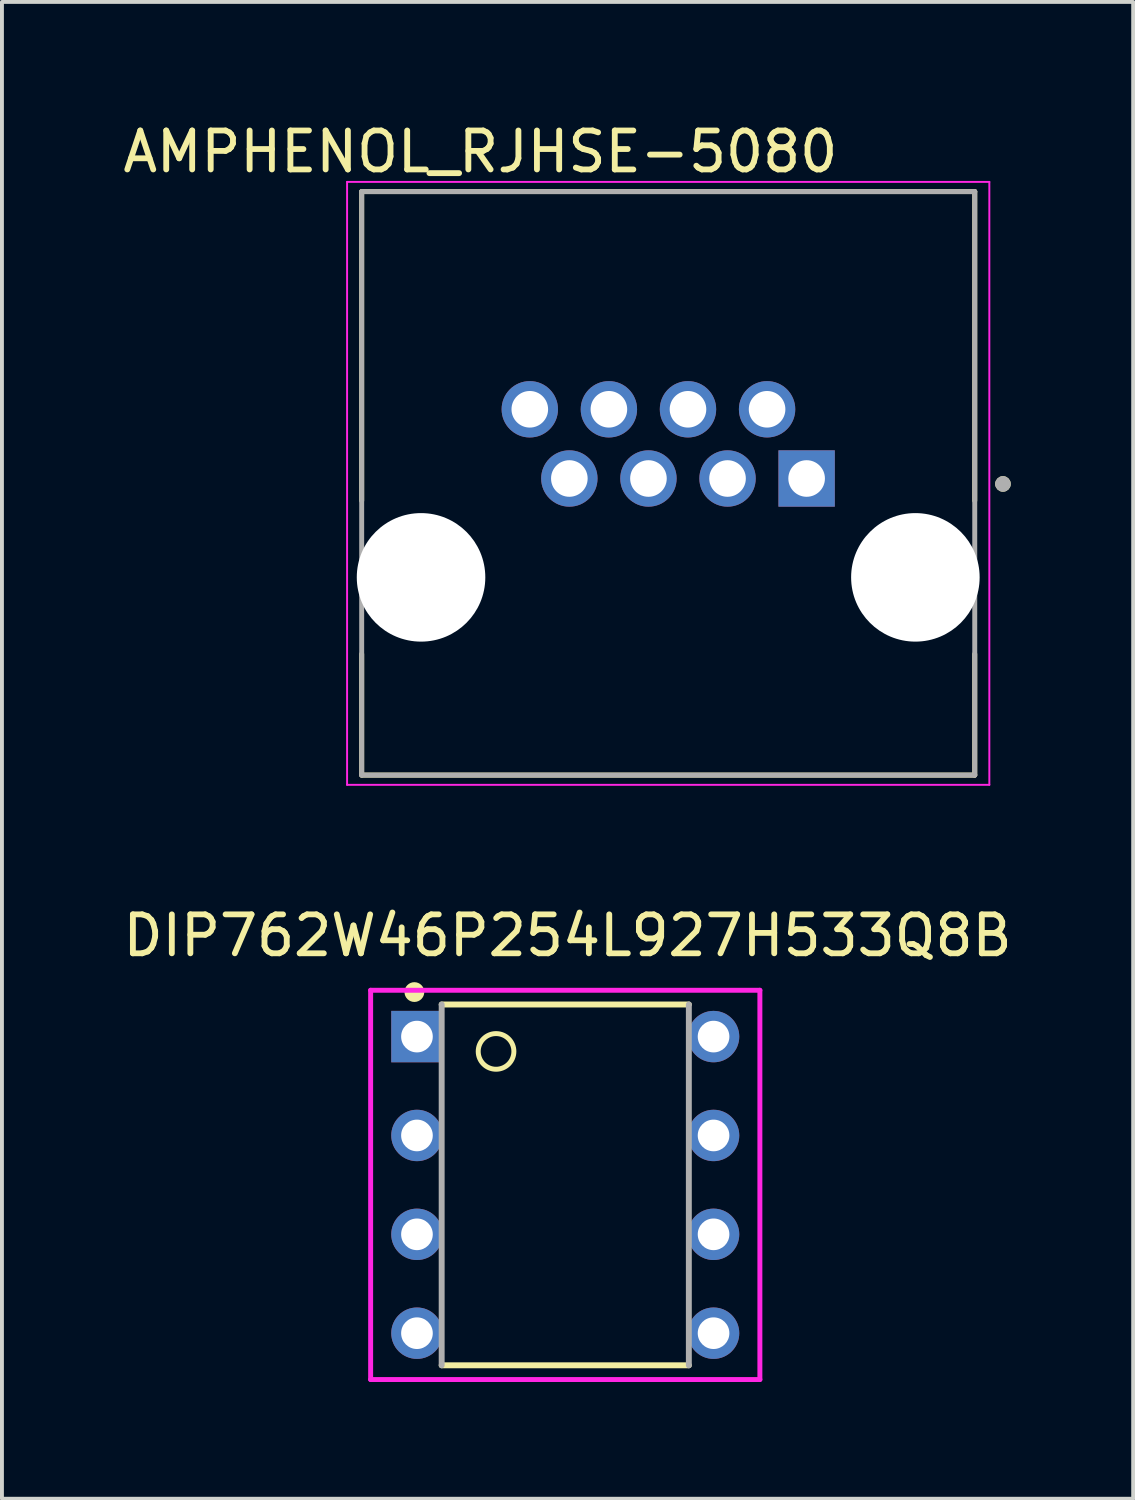
<source format=kicad_pcb>
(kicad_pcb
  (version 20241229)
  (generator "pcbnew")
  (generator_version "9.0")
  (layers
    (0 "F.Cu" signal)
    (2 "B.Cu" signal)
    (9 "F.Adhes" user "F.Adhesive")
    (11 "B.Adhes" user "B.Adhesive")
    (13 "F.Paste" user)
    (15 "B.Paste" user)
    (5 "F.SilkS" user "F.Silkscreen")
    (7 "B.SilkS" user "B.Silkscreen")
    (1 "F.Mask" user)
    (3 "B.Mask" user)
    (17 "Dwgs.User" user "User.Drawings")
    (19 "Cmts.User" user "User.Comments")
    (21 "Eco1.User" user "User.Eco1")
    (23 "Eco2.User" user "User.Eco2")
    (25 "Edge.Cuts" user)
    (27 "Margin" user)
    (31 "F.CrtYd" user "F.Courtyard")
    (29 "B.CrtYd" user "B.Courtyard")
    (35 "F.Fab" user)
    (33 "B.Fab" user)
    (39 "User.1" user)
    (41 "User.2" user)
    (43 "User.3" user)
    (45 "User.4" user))
  (footprint "AMPHENOL_RJHSE-5080"
    (layer "F.Cu")
    (at 14.117 11.783)
    (property "Reference" "AMPHENOL_RJHSE-5080" (at -4.825 -10.935 0) (layer "F.SilkS") (effects (font (size 1 1) (thickness 0.15))))
    (attr through_hole)
    (fp_line (start -7.875 -9.91) (end 7.875 -9.91) (stroke (width 0.127) (type solid)) (layer "F.SilkS"))
    (fp_line (start -7.875 -1.97) (end -7.875 -9.91) (stroke (width 0.127) (type solid)) (layer "F.SilkS"))
    (fp_line (start -7.875 1.97) (end -7.875 5.08) (stroke (width 0.127) (type solid)) (layer "F.SilkS"))
    (fp_line (start -7.875 5.08) (end 7.875 5.08) (stroke (width 0.127) (type solid)) (layer "F.SilkS"))
    (fp_line (start 7.875 -9.91) (end 7.875 -1.97) (stroke (width 0.127) (type solid)) (layer "F.SilkS"))
    (fp_line (start 7.875 5.08) (end 7.875 1.97) (stroke (width 0.127) (type solid)) (layer "F.SilkS"))
    (fp_circle (center 8.6 -2.4) (end 8.7 -2.4) (stroke (width 0.2) (type solid)) (fill no) (layer "F.SilkS"))
    (fp_line (start -8.25 -10.16) (end -8.25 5.33) (stroke (width 0.05) (type solid)) (layer "F.CrtYd"))
    (fp_line (start -8.25 5.33) (end 8.25 5.33) (stroke (width 0.05) (type solid)) (layer "F.CrtYd"))
    (fp_line (start 8.25 -10.16) (end -8.25 -10.16) (stroke (width 0.05) (type solid)) (layer "F.CrtYd"))
    (fp_line (start 8.25 5.33) (end 8.25 -10.16) (stroke (width 0.05) (type solid)) (layer "F.CrtYd"))
    (fp_line (start -7.875 -9.91) (end -7.875 5.08) (stroke (width 0.127) (type solid)) (layer "F.Fab"))
    (fp_line (start -7.875 5.08) (end 7.875 5.08) (stroke (width 0.127) (type solid)) (layer "F.Fab"))
    (fp_line (start 7.875 -9.91) (end -7.875 -9.91) (stroke (width 0.127) (type solid)) (layer "F.Fab"))
    (fp_line (start 7.875 5.08) (end 7.875 -9.91) (stroke (width 0.127) (type solid)) (layer "F.Fab"))
    (fp_circle (center 8.6 -2.4) (end 8.7 -2.4) (stroke (width 0.2) (type solid)) (fill no) (layer "F.Fab"))
    (pad "" np_thru_hole circle (at -6.35 0) (size 3.302 3.302) (drill 3.302) (layers "*.Cu" "*.Mask"))
    (pad "" np_thru_hole circle (at 6.35 0) (size 3.302 3.302) (drill 3.302) (layers "*.Cu" "*.Mask"))
    (pad "1" thru_hole rect (at 3.556 -2.54) (size 1.448 1.448) (drill 0.94) (layers "*.Cu" "*.Mask"))
    (pad "2" thru_hole circle (at 2.54 -4.318) (size 1.448 1.448) (drill 0.94) (layers "*.Cu" "*.Mask"))
    (pad "3" thru_hole circle (at 1.524 -2.54) (size 1.448 1.448) (drill 0.94) (layers "*.Cu" "*.Mask"))
    (pad "4" thru_hole circle (at 0.508 -4.318) (size 1.448 1.448) (drill 0.94) (layers "*.Cu" "*.Mask"))
    (pad "5" thru_hole circle (at -0.508 -2.54) (size 1.448 1.448) (drill 0.94) (layers "*.Cu" "*.Mask"))
    (pad "6" thru_hole circle (at -1.524 -4.318) (size 1.448 1.448) (drill 0.94) (layers "*.Cu" "*.Mask"))
    (pad "7" thru_hole circle (at -2.54 -2.54) (size 1.448 1.448) (drill 0.94) (layers "*.Cu" "*.Mask"))
    (pad "8" thru_hole circle (at -3.556 -4.318) (size 1.448 1.448) (drill 0.94) (layers "*.Cu" "*.Mask")))
  (footprint "DIP762W46P254L927H533Q8B"
    (layer "F.Cu")
    (at 11.472 27.391)
    (property "Reference" "DIP762W46P254L927H533Q8B" (at 0.059 -6.405 0) (layer "F.SilkS") (effects (font (size 1 1) (thickness 0.15))))
    (attr through_hole)
    (fp_line (start -3.175 -4.635) (end 3.175 -4.635) (stroke (width 0.152) (type solid)) (layer "F.SilkS"))
    (fp_line (start 3.175 4.635) (end -3.175 4.635) (stroke (width 0.152) (type solid)) (layer "F.SilkS"))
    (fp_circle (center -3.876 -4.954) (end -3.622 -4.954) (stroke (width 0) (type solid)) (fill yes) (layer "F.SilkS"))
    (fp_circle (center -1.778 -3.429) (end -1.32 -3.429) (stroke (width 0.127) (type solid)) (fill no) (layer "F.SilkS"))
    (fp_line (start -5 -5) (end 5 -5) (stroke (width 0.127) (type solid)) (layer "F.CrtYd"))
    (fp_line (start -5 5) (end -5 -5) (stroke (width 0.127) (type solid)) (layer "F.CrtYd"))
    (fp_line (start 5 -5) (end 5 5) (stroke (width 0.127) (type solid)) (layer "F.CrtYd"))
    (fp_line (start 5 5) (end -5 5) (stroke (width 0.127) (type solid)) (layer "F.CrtYd"))
    (fp_line (start -3.175 -4.635) (end -3.175 4.635) (stroke (width 0.152) (type solid)) (layer "F.Fab"))
    (fp_line (start 3.175 4.635) (end 3.175 -4.635) (stroke (width 0.152) (type solid)) (layer "F.Fab"))
    (pad "1" thru_hole rect (at -3.81 -3.81) (size 1.321 1.321) (drill 0.813) (layers "*.Cu" "*.Mask"))
    (pad "2" thru_hole circle (at -3.81 -1.27) (size 1.321 1.321) (drill 0.813) (layers "*.Cu" "*.Mask"))
    (pad "3" thru_hole circle (at -3.81 1.27) (size 1.321 1.321) (drill 0.813) (layers "*.Cu" "*.Mask"))
    (pad "4" thru_hole circle (at -3.81 3.81) (size 1.321 1.321) (drill 0.813) (layers "*.Cu" "*.Mask"))
    (pad "5" thru_hole circle (at 3.81 3.81) (size 1.321 1.321) (drill 0.813) (layers "*.Cu" "*.Mask"))
    (pad "6" thru_hole circle (at 3.81 1.27) (size 1.321 1.321) (drill 0.813) (layers "*.Cu" "*.Mask"))
    (pad "7" thru_hole circle (at 3.81 -1.27) (size 1.321 1.321) (drill 0.813) (layers "*.Cu" "*.Mask"))
    (pad "8" thru_hole circle (at 3.81 -3.81) (size 1.321 1.321) (drill 0.813) (layers "*.Cu" "*.Mask")))
  (gr_rect
    (start -3 -3)
    (end 26.062 35.455)
    (stroke (width 0.1) (type default))
    (fill no)
    (layer "Edge.Cuts")))
</source>
